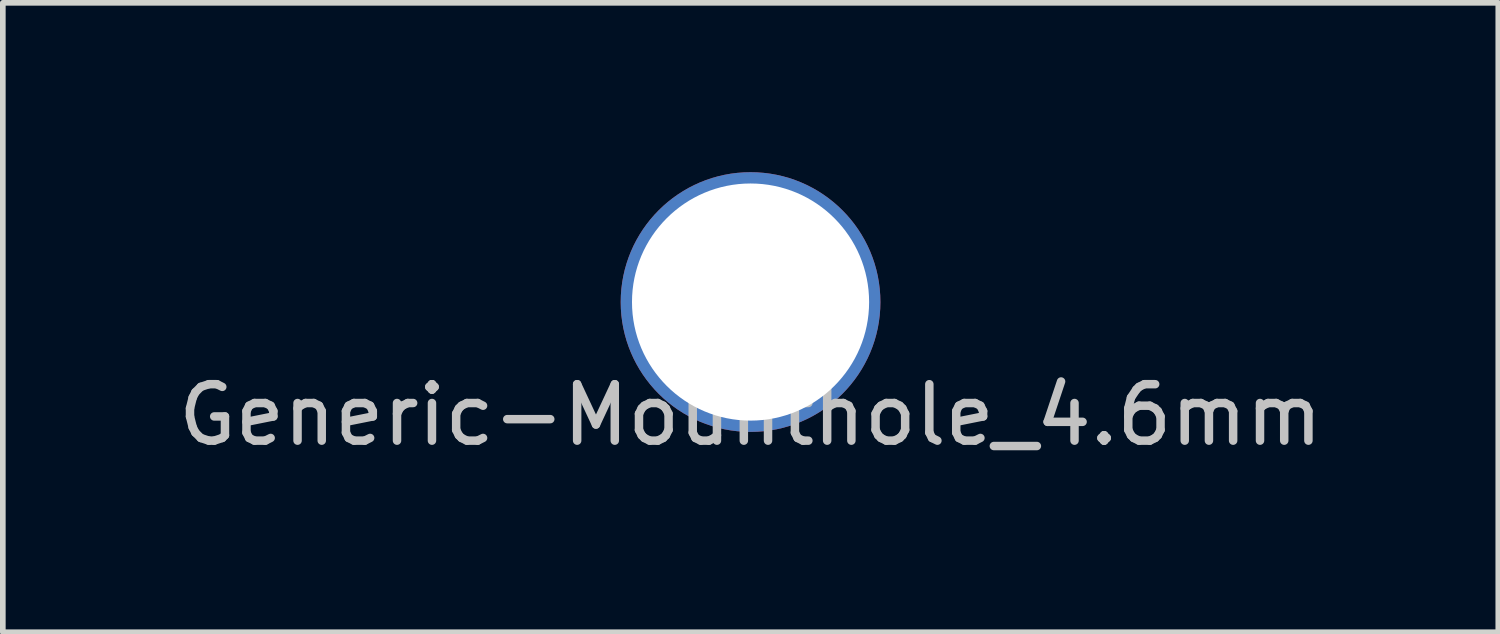
<source format=kicad_pcb>
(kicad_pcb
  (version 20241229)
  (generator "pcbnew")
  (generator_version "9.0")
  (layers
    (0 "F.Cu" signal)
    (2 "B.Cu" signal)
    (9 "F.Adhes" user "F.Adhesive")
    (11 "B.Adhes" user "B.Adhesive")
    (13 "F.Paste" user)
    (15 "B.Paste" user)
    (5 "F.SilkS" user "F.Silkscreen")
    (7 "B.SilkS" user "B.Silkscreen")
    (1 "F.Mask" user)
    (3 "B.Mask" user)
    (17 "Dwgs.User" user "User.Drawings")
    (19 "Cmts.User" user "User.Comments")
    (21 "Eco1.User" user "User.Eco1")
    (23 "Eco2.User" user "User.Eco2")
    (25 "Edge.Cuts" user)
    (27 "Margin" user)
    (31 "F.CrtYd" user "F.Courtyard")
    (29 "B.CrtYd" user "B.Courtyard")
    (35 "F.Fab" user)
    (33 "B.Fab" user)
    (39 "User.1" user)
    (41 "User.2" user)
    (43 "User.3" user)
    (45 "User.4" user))
  (footprint "Generic-Mounthole_4.6mm"
    (layer "F.Cu")
    (at 10.244 2.3)
    (property "Reference" "Generic-Mounthole_4.6mm" (at 0 2 0) (layer "Dwgs.User") (effects (font (size 1 1) (thickness 0.15))))
    (attr exclude_from_pos_files exclude_from_bom)
    (pad "1" thru_hole circle (at 0 0) (size 4.6 4.6) (drill 4.2) (layers "*.Cu" "*.Mask")))
  (gr_rect
    (start -3 -3)
    (end 23.488 8.148)
    (stroke (width 0.1) (type default))
    (fill no)
    (layer "Edge.Cuts")))
</source>
